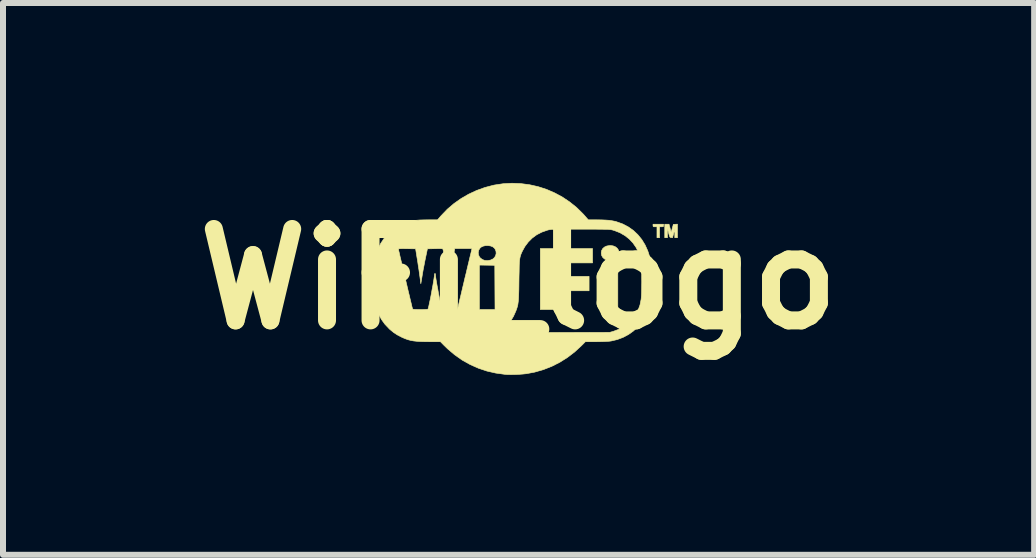
<source format=kicad_pcb>
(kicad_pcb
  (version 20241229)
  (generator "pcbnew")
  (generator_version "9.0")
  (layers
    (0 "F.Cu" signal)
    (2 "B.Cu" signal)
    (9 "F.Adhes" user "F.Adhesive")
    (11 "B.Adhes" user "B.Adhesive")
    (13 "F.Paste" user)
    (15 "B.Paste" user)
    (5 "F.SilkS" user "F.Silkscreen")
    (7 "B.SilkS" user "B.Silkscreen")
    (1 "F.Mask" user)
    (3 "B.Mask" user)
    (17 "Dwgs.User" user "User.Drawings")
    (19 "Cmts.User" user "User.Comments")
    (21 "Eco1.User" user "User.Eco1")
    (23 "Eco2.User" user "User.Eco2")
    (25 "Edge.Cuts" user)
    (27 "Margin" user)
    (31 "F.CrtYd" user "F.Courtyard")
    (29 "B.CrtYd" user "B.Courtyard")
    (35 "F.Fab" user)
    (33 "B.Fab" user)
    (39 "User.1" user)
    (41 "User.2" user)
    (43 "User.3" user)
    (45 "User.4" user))
  (footprint "WiFi_logo"
    (layer "F.Cu")
    (at 5.595 1.602)
    (property "Reference" "WiFi_logo" (at 0 0 0) (layer "F.SilkS") (effects (font (size 1.524 1.524) (thickness 0.3))))
    (attr through_hole)
    (fp_poly (pts (xy 1.234 -0.269) (xy 0.639 -0.269) (xy 0.639 -0.044) (xy 1.176 -0.044) (xy 1.176 0.196) (xy 0.639 0.196) (xy 0.639 0.508) (xy 0.363 0.508) (xy 0.363 -0.508) (xy 1.234 -0.508) (xy 1.234 -0.269)) (stroke (width 0.01) (type solid)) (fill yes) (layer "F.SilkS"))
    (fp_poly (pts (xy 2.417 -0.893) (xy 2.416 -0.879) (xy 2.41 -0.873) (xy 2.396 -0.871) (xy 2.384 -0.871) (xy 2.351 -0.871) (xy 2.351 -0.689) (xy 2.308 -0.689) (xy 2.308 -0.871) (xy 2.275 -0.871) (xy 2.255 -0.871) (xy 2.246 -0.875) (xy 2.243 -0.884) (xy 2.242 -0.893) (xy 2.242 -0.914) (xy 2.417 -0.914) (xy 2.417 -0.893)) (stroke (width 0.01) (type solid)) (fill yes) (layer "F.SilkS"))
    (fp_poly (pts (xy 1.655 0.508) (xy 1.529 0.508) (xy 1.488 0.508) (xy 1.451 0.507) (xy 1.423 0.506) (xy 1.404 0.504) (xy 1.398 0.503) (xy 1.397 0.495) (xy 1.396 0.474) (xy 1.396 0.441) (xy 1.395 0.398) (xy 1.394 0.346) (xy 1.394 0.286) (xy 1.394 0.221) (xy 1.393 0.15) (xy 1.393 0.137) (xy 1.393 -0.225) (xy 1.655 -0.225) (xy 1.655 0.508)) (stroke (width 0.01) (type solid)) (fill yes) (layer "F.SilkS"))
    (fp_poly (pts (xy 1.576 -0.553) (xy 1.615 -0.537) (xy 1.645 -0.513) (xy 1.666 -0.482) (xy 1.675 -0.447) (xy 1.673 -0.409) (xy 1.658 -0.37) (xy 1.655 -0.366) (xy 1.633 -0.342) (xy 1.601 -0.324) (xy 1.563 -0.313) (xy 1.522 -0.309) (xy 1.482 -0.314) (xy 1.48 -0.315) (xy 1.437 -0.332) (xy 1.406 -0.358) (xy 1.386 -0.392) (xy 1.379 -0.433) (xy 1.379 -0.435) (xy 1.385 -0.474) (xy 1.404 -0.508) (xy 1.434 -0.534) (xy 1.472 -0.551) (xy 1.519 -0.558) (xy 1.529 -0.559) (xy 1.576 -0.553)) (stroke (width 0.01) (type solid)) (fill yes) (layer "F.SilkS"))
    (fp_poly (pts (xy 2.649 -0.689) (xy 2.605 -0.689) (xy 2.605 -0.76) (xy 2.604 -0.831) (xy 2.586 -0.76) (xy 2.567 -0.689) (xy 2.545 -0.691) (xy 2.534 -0.692) (xy 2.527 -0.696) (xy 2.521 -0.705) (xy 2.515 -0.722) (xy 2.507 -0.749) (xy 2.503 -0.766) (xy 2.483 -0.838) (xy 2.482 -0.689) (xy 2.438 -0.689) (xy 2.438 -0.914) (xy 2.509 -0.914) (xy 2.526 -0.849) (xy 2.533 -0.821) (xy 2.539 -0.799) (xy 2.544 -0.788) (xy 2.545 -0.786) (xy 2.548 -0.794) (xy 2.554 -0.813) (xy 2.561 -0.838) (xy 2.564 -0.85) (xy 2.581 -0.911) (xy 2.649 -0.915) (xy 2.649 -0.689)) (stroke (width 0.01) (type solid)) (fill yes) (layer "F.SilkS"))
    (fp_poly (pts (xy 0.039 -1.591) (xy 0.184 -1.572) (xy 0.327 -1.54) (xy 0.466 -1.495) (xy 0.6 -1.437) (xy 0.729 -1.368) (xy 0.851 -1.286) (xy 0.966 -1.194) (xy 1.072 -1.09) (xy 1.101 -1.058) (xy 1.163 -0.987) (xy 1.305 -0.987) (xy 1.385 -0.986) (xy 1.452 -0.983) (xy 1.511 -0.979) (xy 1.562 -0.971) (xy 1.609 -0.962) (xy 1.636 -0.954) (xy 1.737 -0.918) (xy 1.83 -0.869) (xy 1.914 -0.81) (xy 1.989 -0.739) (xy 2.055 -0.658) (xy 2.11 -0.568) (xy 2.155 -0.468) (xy 2.182 -0.385) (xy 2.185 -0.373) (xy 2.188 -0.36) (xy 2.19 -0.344) (xy 2.191 -0.325) (xy 2.193 -0.3) (xy 2.194 -0.269) (xy 2.194 -0.23) (xy 2.195 -0.182) (xy 2.195 -0.123) (xy 2.195 -0.053) (xy 2.195 0.029) (xy 2.195 0.114) (xy 2.195 0.186) (xy 2.195 0.246) (xy 2.194 0.296) (xy 2.193 0.338) (xy 2.191 0.372) (xy 2.189 0.4) (xy 2.186 0.424) (xy 2.182 0.445) (xy 2.177 0.465) (xy 2.17 0.485) (xy 2.163 0.507) (xy 2.155 0.528) (xy 2.112 0.625) (xy 2.057 0.713) (xy 1.992 0.793) (xy 1.918 0.864) (xy 1.834 0.924) (xy 1.744 0.972) (xy 1.646 1.009) (xy 1.544 1.033) (xy 1.513 1.037) (xy 1.486 1.039) (xy 1.448 1.041) (xy 1.402 1.043) (xy 1.351 1.044) (xy 1.298 1.045) (xy 1.281 1.045) (xy 1.114 1.045) (xy 1.052 1.108) (xy 0.938 1.213) (xy 0.817 1.306) (xy 0.689 1.387) (xy 0.555 1.455) (xy 0.415 1.51) (xy 0.269 1.552) (xy 0.131 1.578) (xy 0.074 1.584) (xy 0.009 1.589) (xy -0.059 1.592) (xy -0.126 1.593) (xy -0.188 1.592) (xy -0.227 1.589) (xy -0.379 1.568) (xy -0.528 1.534) (xy -0.671 1.486) (xy -0.808 1.425) (xy -0.94 1.351) (xy -1.065 1.263) (xy -1.182 1.164) (xy -1.237 1.111) (xy -1.302 1.045) (xy -1.477 1.045) (xy -1.561 1.044) (xy -1.634 1.042) (xy -1.696 1.038) (xy -1.75 1.032) (xy -1.799 1.023) (xy -1.844 1.011) (xy -1.889 0.995) (xy -1.934 0.976) (xy -1.949 0.969) (xy -2.022 0.931) (xy -2.08 0.893) (xy -0.315 0.893) (xy 1.52 0.889) (xy 1.578 0.873) (xy 1.67 0.839) (xy 1.754 0.795) (xy 1.829 0.74) (xy 1.895 0.675) (xy 1.949 0.601) (xy 1.993 0.52) (xy 2.025 0.432) (xy 2.044 0.337) (xy 2.046 0.315) (xy 2.049 0.279) (xy 2.051 0.231) (xy 2.052 0.174) (xy 2.053 0.111) (xy 2.054 0.045) (xy 2.053 -0.022) (xy 2.053 -0.087) (xy 2.051 -0.148) (xy 2.05 -0.2) (xy 2.047 -0.242) (xy 2.046 -0.257) (xy 2.03 -0.353) (xy 2.001 -0.443) (xy 1.96 -0.526) (xy 1.908 -0.601) (xy 1.845 -0.668) (xy 1.772 -0.725) (xy 1.69 -0.772) (xy 1.599 -0.808) (xy 1.578 -0.814) (xy 1.566 -0.818) (xy 1.555 -0.82) (xy 1.544 -0.823) (xy 1.53 -0.825) (xy 1.513 -0.826) (xy 1.493 -0.828) (xy 1.467 -0.829) (xy 1.434 -0.829) (xy 1.395 -0.83) (xy 1.346 -0.83) (xy 1.288 -0.831) (xy 1.218 -0.831) (xy 1.137 -0.831) (xy 1.042 -0.831) (xy 1.031 -0.831) (xy 0.934 -0.831) (xy 0.851 -0.831) (xy 0.781 -0.831) (xy 0.721 -0.831) (xy 0.672 -0.83) (xy 0.631 -0.83) (xy 0.597 -0.829) (xy 0.571 -0.828) (xy 0.549 -0.827) (xy 0.532 -0.825) (xy 0.518 -0.823) (xy 0.505 -0.821) (xy 0.494 -0.818) (xy 0.482 -0.815) (xy 0.479 -0.814) (xy 0.388 -0.782) (xy 0.304 -0.739) (xy 0.229 -0.684) (xy 0.163 -0.618) (xy 0.107 -0.544) (xy 0.073 -0.483) (xy 0.059 -0.456) (xy 0.048 -0.432) (xy 0.039 -0.41) (xy 0.032 -0.389) (xy 0.026 -0.366) (xy 0.021 -0.341) (xy 0.017 -0.312) (xy 0.014 -0.276) (xy 0.012 -0.234) (xy 0.011 -0.183) (xy 0.01 -0.121) (xy 0.008 -0.048) (xy 0.007 0.018) (xy 0.006 0.104) (xy 0.005 0.177) (xy 0.003 0.238) (xy 0.001 0.29) (xy -0.001 0.333) (xy -0.004 0.369) (xy -0.008 0.4) (xy -0.012 0.428) (xy -0.018 0.453) (xy -0.025 0.478) (xy -0.034 0.504) (xy -0.044 0.532) (xy -0.044 0.532) (xy -0.085 0.623) (xy -0.138 0.71) (xy -0.203 0.791) (xy -0.279 0.863) (xy -0.283 0.866) (xy -0.315 0.893) (xy -2.08 0.893) (xy -2.085 0.889) (xy -2.145 0.84) (xy -2.161 0.824) (xy -2.229 0.752) (xy -2.284 0.676) (xy -2.328 0.594) (xy -2.361 0.508) (xy -2.371 0.479) (xy -2.379 0.452) (xy -2.385 0.425) (xy -2.39 0.398) (xy -2.394 0.367) (xy -2.397 0.333) (xy -2.399 0.293) (xy -2.401 0.246) (xy -2.401 0.189) (xy -2.401 0.123) (xy -2.401 0.044) (xy -2.4 -0.007) (xy -2.4 -0.085) (xy -2.399 -0.149) (xy -2.398 -0.201) (xy -2.397 -0.244) (xy -2.396 -0.279) (xy -2.395 -0.306) (xy -2.393 -0.328) (xy -2.391 -0.346) (xy -2.388 -0.361) (xy -2.385 -0.376) (xy -2.381 -0.391) (xy -2.381 -0.392) (xy -2.346 -0.496) (xy -2.344 -0.499) (xy -2.003 -0.499) (xy -2.001 -0.491) (xy -1.997 -0.47) (xy -1.989 -0.438) (xy -1.98 -0.396) (xy -1.968 -0.345) (xy -1.954 -0.287) (xy -1.939 -0.224) (xy -1.923 -0.156) (xy -1.907 -0.085) (xy -1.889 -0.012) (xy -1.872 0.061) (xy -1.855 0.133) (xy -1.839 0.202) (xy -1.823 0.267) (xy -1.809 0.327) (xy -1.796 0.38) (xy -1.785 0.425) (xy -1.777 0.461) (xy -1.77 0.486) (xy -1.767 0.498) (xy -1.767 0.499) (xy -1.762 0.502) (xy -1.748 0.505) (xy -1.725 0.507) (xy -1.69 0.508) (xy -1.642 0.508) (xy -1.637 0.508) (xy -1.591 0.508) (xy -1.558 0.507) (xy -1.535 0.506) (xy -1.52 0.504) (xy -1.512 0.502) (xy -1.508 0.498) (xy -1.507 0.495) (xy -1.501 0.472) (xy -1.493 0.438) (xy -1.484 0.394) (xy -1.473 0.344) (xy -1.462 0.289) (xy -1.451 0.231) (xy -1.441 0.173) (xy -1.43 0.116) (xy -1.421 0.063) (xy -1.413 0.015) (xy -1.407 -0.025) (xy -1.402 -0.055) (xy -1.401 -0.073) (xy -1.401 -0.074) (xy -1.398 -0.089) (xy -1.393 -0.094) (xy -1.388 -0.088) (xy -1.386 -0.074) (xy -1.385 -0.058) (xy -1.381 -0.029) (xy -1.375 0.01) (xy -1.367 0.056) (xy -1.358 0.109) (xy -1.347 0.165) (xy -1.337 0.224) (xy -1.326 0.281) (xy -1.315 0.337) (xy -1.304 0.388) (xy -1.295 0.432) (xy -1.287 0.468) (xy -1.281 0.493) (xy -1.28 0.495) (xy -1.277 0.5) (xy -1.272 0.503) (xy -1.26 0.505) (xy -1.242 0.507) (xy -1.214 0.508) (xy -1.175 0.508) (xy -1.146 0.508) (xy -0.653 0.508) (xy -0.392 0.508) (xy -0.396 -0.229) (xy -0.524 -0.231) (xy -0.653 -0.233) (xy -0.653 0.508) (xy -1.146 0.508) (xy -1.104 0.508) (xy -1.068 0.507) (xy -1.04 0.506) (xy -1.022 0.504) (xy -1.016 0.502) (xy -1.014 0.495) (xy -1.01 0.474) (xy -1.002 0.441) (xy -0.992 0.398) (xy -0.98 0.346) (xy -0.965 0.285) (xy -0.949 0.217) (xy -0.932 0.144) (xy -0.913 0.065) (xy -0.894 -0.017) (xy -0.873 -0.101) (xy -0.853 -0.187) (xy -0.832 -0.273) (xy -0.812 -0.358) (xy -0.792 -0.44) (xy -0.791 -0.444) (xy -0.672 -0.444) (xy -0.669 -0.406) (xy -0.652 -0.369) (xy -0.641 -0.355) (xy -0.606 -0.327) (xy -0.564 -0.31) (xy -0.517 -0.307) (xy -0.467 -0.316) (xy -0.428 -0.334) (xy -0.399 -0.36) (xy -0.381 -0.393) (xy -0.373 -0.429) (xy -0.377 -0.467) (xy -0.393 -0.503) (xy -0.405 -0.518) (xy -0.432 -0.539) (xy -0.468 -0.552) (xy -0.509 -0.558) (xy -0.552 -0.557) (xy -0.591 -0.548) (xy -0.624 -0.532) (xy -0.64 -0.518) (xy -0.663 -0.483) (xy -0.672 -0.444) (xy -0.791 -0.444) (xy -0.78 -0.492) (xy -0.776 -0.508) (xy -1.064 -0.508) (xy -1.081 -0.408) (xy -1.09 -0.348) (xy -1.1 -0.286) (xy -1.109 -0.224) (xy -1.118 -0.164) (xy -1.126 -0.107) (xy -1.133 -0.055) (xy -1.139 -0.011) (xy -1.143 0.024) (xy -1.146 0.048) (xy -1.147 0.057) (xy -1.147 0.075) (xy -1.149 0.078) (xy -1.153 0.067) (xy -1.158 0.041) (xy -1.164 0.001) (xy -1.165 -0.004) (xy -1.169 -0.028) (xy -1.175 -0.062) (xy -1.182 -0.104) (xy -1.191 -0.153) (xy -1.201 -0.205) (xy -1.211 -0.258) (xy -1.222 -0.312) (xy -1.232 -0.362) (xy -1.241 -0.408) (xy -1.249 -0.446) (xy -1.255 -0.475) (xy -1.259 -0.493) (xy -1.26 -0.495) (xy -1.262 -0.5) (xy -1.268 -0.503) (xy -1.279 -0.506) (xy -1.296 -0.507) (xy -1.323 -0.507) (xy -1.362 -0.507) (xy -1.392 -0.506) (xy -1.519 -0.504) (xy -1.551 -0.352) (xy -1.563 -0.294) (xy -1.575 -0.23) (xy -1.588 -0.165) (xy -1.599 -0.103) (xy -1.606 -0.06) (xy -1.629 0.079) (xy -1.646 -0.049) (xy -1.653 -0.098) (xy -1.661 -0.156) (xy -1.671 -0.218) (xy -1.68 -0.281) (xy -1.689 -0.339) (xy -1.69 -0.341) (xy -1.716 -0.504) (xy -1.86 -0.506) (xy -1.911 -0.507) (xy -1.949 -0.507) (xy -1.976 -0.506) (xy -1.993 -0.504) (xy -2.001 -0.502) (xy -2.003 -0.499) (xy -2.344 -0.499) (xy -2.3 -0.59) (xy -2.242 -0.677) (xy -2.188 -0.739) (xy -2.132 -0.794) (xy -2.074 -0.84) (xy -2.01 -0.879) (xy -1.963 -0.904) (xy -1.912 -0.927) (xy -1.864 -0.946) (xy -1.816 -0.96) (xy -1.766 -0.971) (xy -1.711 -0.979) (xy -1.648 -0.984) (xy -1.576 -0.986) (xy -1.501 -0.987) (xy -1.351 -0.987) (xy -1.287 -1.06) (xy -1.188 -1.163) (xy -1.078 -1.257) (xy -0.959 -1.341) (xy -0.833 -1.414) (xy -0.7 -1.476) (xy -0.562 -1.526) (xy -0.421 -1.563) (xy -0.403 -1.567) (xy -0.256 -1.589) (xy -0.108 -1.597) (xy 0.039 -1.591)) (stroke (width 0.01) (type solid)) (fill yes) (layer "F.SilkS")))
  (gr_rect
    (start -3 -3)
    (end 14.191 6.2)
    (stroke (width 0.1) (type default))
    (fill no)
    (layer "Edge.Cuts")))
</source>
